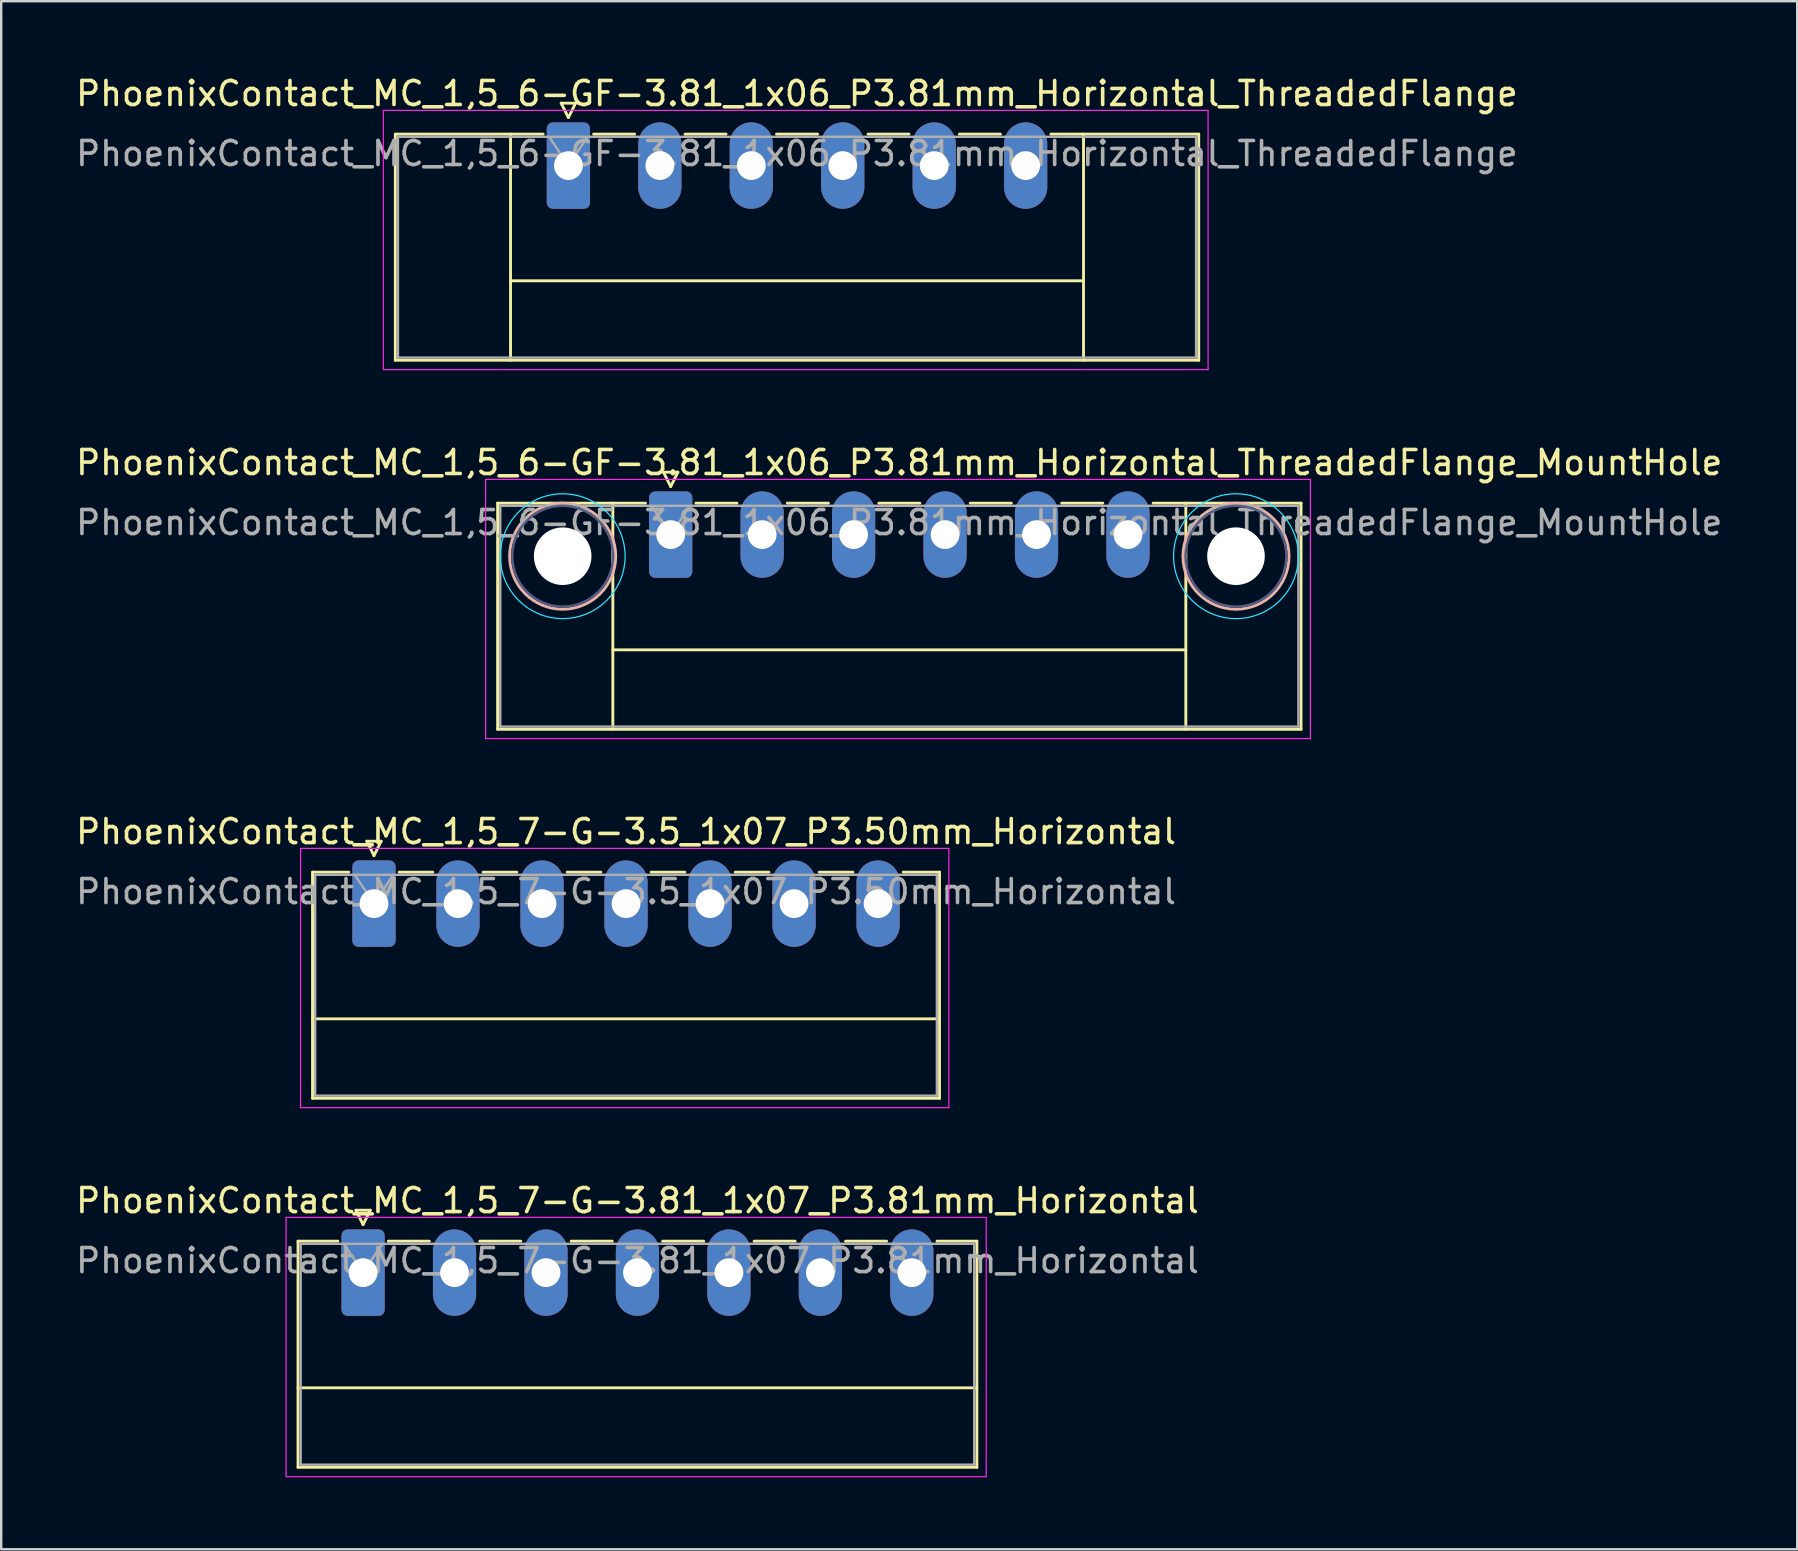
<source format=kicad_pcb>
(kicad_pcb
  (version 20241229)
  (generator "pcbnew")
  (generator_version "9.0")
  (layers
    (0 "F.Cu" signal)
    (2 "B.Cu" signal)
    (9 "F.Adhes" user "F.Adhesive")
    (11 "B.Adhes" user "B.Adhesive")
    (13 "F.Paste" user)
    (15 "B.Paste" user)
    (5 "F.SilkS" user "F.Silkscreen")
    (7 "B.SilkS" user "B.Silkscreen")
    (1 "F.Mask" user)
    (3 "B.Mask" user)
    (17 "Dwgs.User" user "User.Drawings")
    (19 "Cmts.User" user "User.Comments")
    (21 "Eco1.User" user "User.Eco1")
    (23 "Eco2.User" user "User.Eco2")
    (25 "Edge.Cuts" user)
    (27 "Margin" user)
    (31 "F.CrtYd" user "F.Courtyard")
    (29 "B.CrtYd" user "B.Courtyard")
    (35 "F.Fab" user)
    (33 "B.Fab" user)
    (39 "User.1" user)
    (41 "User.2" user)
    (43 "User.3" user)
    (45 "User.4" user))
  (footprint "PhoenixContact_MC_1,5_7-G-3.81_1x07_P3.81mm_Horizontal"
    (layer "F.Cu")
    (at 12.076 49.968)
    (property "Reference" "PhoenixContact_MC_1,5_7-G-3.81_1x07_P3.81mm_Horizontal" (at 11.43 -3 0) (layer "F.SilkS") (effects (font (size 1 1) (thickness 0.15))))
    (attr through_hole)
    (fp_line (start -2.71 -1.31) (end -2.71 8.11) (stroke (width 0.12) (type solid)) (layer "F.SilkS"))
    (fp_line (start -2.71 -1.31) (end -1.05 -1.31) (stroke (width 0.12) (type solid)) (layer "F.SilkS"))
    (fp_line (start -2.71 4.8) (end 25.57 4.8) (stroke (width 0.12) (type solid)) (layer "F.SilkS"))
    (fp_line (start -2.71 8.11) (end 25.57 8.11) (stroke (width 0.12) (type solid)) (layer "F.SilkS"))
    (fp_line (start -0.3 -2.6) (end 0.3 -2.6) (stroke (width 0.12) (type solid)) (layer "F.SilkS"))
    (fp_line (start 0 -2) (end -0.3 -2.6) (stroke (width 0.12) (type solid)) (layer "F.SilkS"))
    (fp_line (start 0.3 -2.6) (end 0 -2) (stroke (width 0.12) (type solid)) (layer "F.SilkS"))
    (fp_line (start 1.05 -1.31) (end 2.76 -1.31) (stroke (width 0.12) (type solid)) (layer "F.SilkS"))
    (fp_line (start 4.86 -1.31) (end 6.57 -1.31) (stroke (width 0.12) (type solid)) (layer "F.SilkS"))
    (fp_line (start 8.67 -1.31) (end 10.38 -1.31) (stroke (width 0.12) (type solid)) (layer "F.SilkS"))
    (fp_line (start 12.48 -1.31) (end 14.19 -1.31) (stroke (width 0.12) (type solid)) (layer "F.SilkS"))
    (fp_line (start 16.29 -1.31) (end 18 -1.31) (stroke (width 0.12) (type solid)) (layer "F.SilkS"))
    (fp_line (start 20.1 -1.31) (end 21.81 -1.31) (stroke (width 0.12) (type solid)) (layer "F.SilkS"))
    (fp_line (start 25.57 -1.31) (end 23.91 -1.31) (stroke (width 0.12) (type solid)) (layer "F.SilkS"))
    (fp_line (start 25.57 8.11) (end 25.57 -1.31) (stroke (width 0.12) (type solid)) (layer "F.SilkS"))
    (fp_line (start -3.21 -2.3) (end -3.21 8.5) (stroke (width 0.05) (type solid)) (layer "F.CrtYd"))
    (fp_line (start -3.21 8.5) (end 25.96 8.5) (stroke (width 0.05) (type solid)) (layer "F.CrtYd"))
    (fp_line (start 25.96 -2.3) (end -3.21 -2.3) (stroke (width 0.05) (type solid)) (layer "F.CrtYd"))
    (fp_line (start 25.96 8.5) (end 25.96 -2.3) (stroke (width 0.05) (type solid)) (layer "F.CrtYd"))
    (fp_line (start -2.6 -1.2) (end -2.6 8) (stroke (width 0.1) (type solid)) (layer "F.Fab"))
    (fp_line (start -2.6 8) (end 25.46 8) (stroke (width 0.1) (type solid)) (layer "F.Fab"))
    (fp_line (start 0 0) (end -0.8 -1.2) (stroke (width 0.1) (type solid)) (layer "F.Fab"))
    (fp_line (start 0.8 -1.2) (end 0 0) (stroke (width 0.1) (type solid)) (layer "F.Fab"))
    (fp_line (start 25.46 -1.2) (end -2.6 -1.2) (stroke (width 0.1) (type solid)) (layer "F.Fab"))
    (fp_line (start 25.46 8) (end 25.46 -1.2) (stroke (width 0.1) (type solid)) (layer "F.Fab"))
    (fp_text user "${REFERENCE}" (at 11.43 -0.5 0) (layer "F.Fab") (effects (font (size 1 1) (thickness 0.15))))
    (pad "1" thru_hole roundrect (at 0 0) (size 1.8 3.6) (drill 1.2) (layers "*.Cu" "*.Mask") (roundrect_rratio 0.139))
    (pad "2" thru_hole oval (at 3.81 0) (size 1.8 3.6) (drill 1.2) (layers "*.Cu" "*.Mask"))
    (pad "3" thru_hole oval (at 7.62 0) (size 1.8 3.6) (drill 1.2) (layers "*.Cu" "*.Mask"))
    (pad "4" thru_hole oval (at 11.43 0) (size 1.8 3.6) (drill 1.2) (layers "*.Cu" "*.Mask"))
    (pad "5" thru_hole oval (at 15.24 0) (size 1.8 3.6) (drill 1.2) (layers "*.Cu" "*.Mask"))
    (pad "6" thru_hole oval (at 19.05 0) (size 1.8 3.6) (drill 1.2) (layers "*.Cu" "*.Mask"))
    (pad "7" thru_hole oval (at 22.86 0) (size 1.8 3.6) (drill 1.2) (layers "*.Cu" "*.Mask")))
  (footprint "PhoenixContact_MC_1,5_7-G-3.5_1x07_P3.50mm_Horizontal"
    (layer "F.Cu")
    (at 12.53 34.595)
    (property "Reference" "PhoenixContact_MC_1,5_7-G-3.5_1x07_P3.50mm_Horizontal" (at 10.5 -3 0) (layer "F.SilkS") (effects (font (size 1 1) (thickness 0.15))))
    (attr through_hole)
    (fp_line (start -2.56 -1.31) (end -2.56 8.11) (stroke (width 0.12) (type solid)) (layer "F.SilkS"))
    (fp_line (start -2.56 -1.31) (end -1.05 -1.31) (stroke (width 0.12) (type solid)) (layer "F.SilkS"))
    (fp_line (start -2.56 4.8) (end 23.56 4.8) (stroke (width 0.12) (type solid)) (layer "F.SilkS"))
    (fp_line (start -2.56 8.11) (end 23.56 8.11) (stroke (width 0.12) (type solid)) (layer "F.SilkS"))
    (fp_line (start -0.3 -2.6) (end 0.3 -2.6) (stroke (width 0.12) (type solid)) (layer "F.SilkS"))
    (fp_line (start 0 -2) (end -0.3 -2.6) (stroke (width 0.12) (type solid)) (layer "F.SilkS"))
    (fp_line (start 0.3 -2.6) (end 0 -2) (stroke (width 0.12) (type solid)) (layer "F.SilkS"))
    (fp_line (start 1.05 -1.31) (end 2.45 -1.31) (stroke (width 0.12) (type solid)) (layer "F.SilkS"))
    (fp_line (start 4.55 -1.31) (end 5.95 -1.31) (stroke (width 0.12) (type solid)) (layer "F.SilkS"))
    (fp_line (start 8.05 -1.31) (end 9.45 -1.31) (stroke (width 0.12) (type solid)) (layer "F.SilkS"))
    (fp_line (start 11.55 -1.31) (end 12.95 -1.31) (stroke (width 0.12) (type solid)) (layer "F.SilkS"))
    (fp_line (start 15.05 -1.31) (end 16.45 -1.31) (stroke (width 0.12) (type solid)) (layer "F.SilkS"))
    (fp_line (start 18.55 -1.31) (end 19.95 -1.31) (stroke (width 0.12) (type solid)) (layer "F.SilkS"))
    (fp_line (start 23.56 -1.31) (end 22.05 -1.31) (stroke (width 0.12) (type solid)) (layer "F.SilkS"))
    (fp_line (start 23.56 8.11) (end 23.56 -1.31) (stroke (width 0.12) (type solid)) (layer "F.SilkS"))
    (fp_line (start -3.06 -2.3) (end -3.06 8.5) (stroke (width 0.05) (type solid)) (layer "F.CrtYd"))
    (fp_line (start -3.06 8.5) (end 23.95 8.5) (stroke (width 0.05) (type solid)) (layer "F.CrtYd"))
    (fp_line (start 23.95 -2.3) (end -3.06 -2.3) (stroke (width 0.05) (type solid)) (layer "F.CrtYd"))
    (fp_line (start 23.95 8.5) (end 23.95 -2.3) (stroke (width 0.05) (type solid)) (layer "F.CrtYd"))
    (fp_line (start -2.45 -1.2) (end -2.45 8) (stroke (width 0.1) (type solid)) (layer "F.Fab"))
    (fp_line (start -2.45 8) (end 23.45 8) (stroke (width 0.1) (type solid)) (layer "F.Fab"))
    (fp_line (start 0 0) (end -0.8 -1.2) (stroke (width 0.1) (type solid)) (layer "F.Fab"))
    (fp_line (start 0.8 -1.2) (end 0 0) (stroke (width 0.1) (type solid)) (layer "F.Fab"))
    (fp_line (start 23.45 -1.2) (end -2.45 -1.2) (stroke (width 0.1) (type solid)) (layer "F.Fab"))
    (fp_line (start 23.45 8) (end 23.45 -1.2) (stroke (width 0.1) (type solid)) (layer "F.Fab"))
    (fp_text user "${REFERENCE}" (at 10.5 -0.5 0) (layer "F.Fab") (effects (font (size 1 1) (thickness 0.15))))
    (pad "1" thru_hole roundrect (at 0 0) (size 1.8 3.6) (drill 1.2) (layers "*.Cu" "*.Mask") (roundrect_rratio 0.139))
    (pad "2" thru_hole oval (at 3.5 0) (size 1.8 3.6) (drill 1.2) (layers "*.Cu" "*.Mask"))
    (pad "3" thru_hole oval (at 7 0) (size 1.8 3.6) (drill 1.2) (layers "*.Cu" "*.Mask"))
    (pad "4" thru_hole oval (at 10.5 0) (size 1.8 3.6) (drill 1.2) (layers "*.Cu" "*.Mask"))
    (pad "5" thru_hole oval (at 14 0) (size 1.8 3.6) (drill 1.2) (layers "*.Cu" "*.Mask"))
    (pad "6" thru_hole oval (at 17.5 0) (size 1.8 3.6) (drill 1.2) (layers "*.Cu" "*.Mask"))
    (pad "7" thru_hole oval (at 21 0) (size 1.8 3.6) (drill 1.2) (layers "*.Cu" "*.Mask")))
  (footprint "PhoenixContact_MC_1,5_6-GF-3.81_1x06_P3.81mm_Horizontal_ThreadedFlange"
    (layer "F.Cu")
    (at 20.629 3.848)
    (property "Reference" "PhoenixContact_MC_1,5_6-GF-3.81_1x06_P3.81mm_Horizontal_ThreadedFlange" (at 9.52 -3 0) (layer "F.SilkS") (effects (font (size 1 1) (thickness 0.15))))
    (attr through_hole)
    (fp_line (start -7.21 -1.31) (end -7.21 8.11) (stroke (width 0.12) (type solid)) (layer "F.SilkS"))
    (fp_line (start -7.21 -1.31) (end -1.05 -1.31) (stroke (width 0.12) (type solid)) (layer "F.SilkS"))
    (fp_line (start -7.21 8.11) (end 26.26 8.11) (stroke (width 0.12) (type solid)) (layer "F.SilkS"))
    (fp_line (start -2.41 -1.31) (end -2.41 8.11) (stroke (width 0.12) (type solid)) (layer "F.SilkS"))
    (fp_line (start -2.41 4.8) (end 21.46 4.8) (stroke (width 0.12) (type solid)) (layer "F.SilkS"))
    (fp_line (start -0.3 -2.6) (end 0.3 -2.6) (stroke (width 0.12) (type solid)) (layer "F.SilkS"))
    (fp_line (start 0 -2) (end -0.3 -2.6) (stroke (width 0.12) (type solid)) (layer "F.SilkS"))
    (fp_line (start 0.3 -2.6) (end 0 -2) (stroke (width 0.12) (type solid)) (layer "F.SilkS"))
    (fp_line (start 1.05 -1.31) (end 2.76 -1.31) (stroke (width 0.12) (type solid)) (layer "F.SilkS"))
    (fp_line (start 4.86 -1.31) (end 6.57 -1.31) (stroke (width 0.12) (type solid)) (layer "F.SilkS"))
    (fp_line (start 8.67 -1.31) (end 10.38 -1.31) (stroke (width 0.12) (type solid)) (layer "F.SilkS"))
    (fp_line (start 12.48 -1.31) (end 14.19 -1.31) (stroke (width 0.12) (type solid)) (layer "F.SilkS"))
    (fp_line (start 16.29 -1.31) (end 18 -1.31) (stroke (width 0.12) (type solid)) (layer "F.SilkS"))
    (fp_line (start 21.46 -1.31) (end 21.46 8.11) (stroke (width 0.12) (type solid)) (layer "F.SilkS"))
    (fp_line (start 26.26 -1.31) (end 20.1 -1.31) (stroke (width 0.12) (type solid)) (layer "F.SilkS"))
    (fp_line (start 26.26 8.11) (end 26.26 -1.31) (stroke (width 0.12) (type solid)) (layer "F.SilkS"))
    (fp_line (start -7.71 -2.3) (end -7.71 8.5) (stroke (width 0.05) (type solid)) (layer "F.CrtYd"))
    (fp_line (start -7.71 8.5) (end 26.65 8.5) (stroke (width 0.05) (type solid)) (layer "F.CrtYd"))
    (fp_line (start 26.65 -2.3) (end -7.71 -2.3) (stroke (width 0.05) (type solid)) (layer "F.CrtYd"))
    (fp_line (start 26.65 8.5) (end 26.65 -2.3) (stroke (width 0.05) (type solid)) (layer "F.CrtYd"))
    (fp_line (start -7.1 -1.2) (end -7.1 8) (stroke (width 0.1) (type solid)) (layer "F.Fab"))
    (fp_line (start -7.1 8) (end 26.15 8) (stroke (width 0.1) (type solid)) (layer "F.Fab"))
    (fp_line (start 0 0) (end -0.8 -1.2) (stroke (width 0.1) (type solid)) (layer "F.Fab"))
    (fp_line (start 0.8 -1.2) (end 0 0) (stroke (width 0.1) (type solid)) (layer "F.Fab"))
    (fp_line (start 26.15 -1.2) (end -7.1 -1.2) (stroke (width 0.1) (type solid)) (layer "F.Fab"))
    (fp_line (start 26.15 8) (end 26.15 -1.2) (stroke (width 0.1) (type solid)) (layer "F.Fab"))
    (fp_text user "${REFERENCE}" (at 9.52 -0.5 0) (layer "F.Fab") (effects (font (size 1 1) (thickness 0.15))))
    (pad "1" thru_hole roundrect (at 0 0) (size 1.8 3.6) (drill 1.2) (layers "*.Cu" "*.Mask") (roundrect_rratio 0.139))
    (pad "2" thru_hole oval (at 3.81 0) (size 1.8 3.6) (drill 1.2) (layers "*.Cu" "*.Mask"))
    (pad "3" thru_hole oval (at 7.62 0) (size 1.8 3.6) (drill 1.2) (layers "*.Cu" "*.Mask"))
    (pad "4" thru_hole oval (at 11.43 0) (size 1.8 3.6) (drill 1.2) (layers "*.Cu" "*.Mask"))
    (pad "5" thru_hole oval (at 15.24 0) (size 1.8 3.6) (drill 1.2) (layers "*.Cu" "*.Mask"))
    (pad "6" thru_hole oval (at 19.05 0) (size 1.8 3.6) (drill 1.2) (layers "*.Cu" "*.Mask")))
  (footprint "PhoenixContact_MC_1,5_6-GF-3.81_1x06_P3.81mm_Horizontal_ThreadedFlange_MountHole"
    (layer "F.Cu")
    (at 24.891 19.221)
    (property "Reference" "PhoenixContact_MC_1,5_6-GF-3.81_1x06_P3.81mm_Horizontal_ThreadedFlange_MountHole" (at 9.52 -3 0) (layer "F.SilkS") (effects (font (size 1 1) (thickness 0.15))))
    (attr through_hole)
    (fp_line (start -7.21 -1.31) (end -7.21 8.11) (stroke (width 0.12) (type solid)) (layer "F.SilkS"))
    (fp_line (start -7.21 -1.31) (end -1.05 -1.31) (stroke (width 0.12) (type solid)) (layer "F.SilkS"))
    (fp_line (start -7.21 8.11) (end 26.26 8.11) (stroke (width 0.12) (type solid)) (layer "F.SilkS"))
    (fp_line (start -2.41 -1.31) (end -2.41 8.11) (stroke (width 0.12) (type solid)) (layer "F.SilkS"))
    (fp_line (start -2.41 4.8) (end 21.46 4.8) (stroke (width 0.12) (type solid)) (layer "F.SilkS"))
    (fp_line (start -0.3 -2.6) (end 0.3 -2.6) (stroke (width 0.12) (type solid)) (layer "F.SilkS"))
    (fp_line (start 0 -2) (end -0.3 -2.6) (stroke (width 0.12) (type solid)) (layer "F.SilkS"))
    (fp_line (start 0.3 -2.6) (end 0 -2) (stroke (width 0.12) (type solid)) (layer "F.SilkS"))
    (fp_line (start 1.05 -1.31) (end 2.76 -1.31) (stroke (width 0.12) (type solid)) (layer "F.SilkS"))
    (fp_line (start 4.86 -1.31) (end 6.57 -1.31) (stroke (width 0.12) (type solid)) (layer "F.SilkS"))
    (fp_line (start 8.67 -1.31) (end 10.38 -1.31) (stroke (width 0.12) (type solid)) (layer "F.SilkS"))
    (fp_line (start 12.48 -1.31) (end 14.19 -1.31) (stroke (width 0.12) (type solid)) (layer "F.SilkS"))
    (fp_line (start 16.29 -1.31) (end 18 -1.31) (stroke (width 0.12) (type solid)) (layer "F.SilkS"))
    (fp_line (start 21.46 -1.31) (end 21.46 8.11) (stroke (width 0.12) (type solid)) (layer "F.SilkS"))
    (fp_line (start 26.26 -1.31) (end 20.1 -1.31) (stroke (width 0.12) (type solid)) (layer "F.SilkS"))
    (fp_line (start 26.26 8.11) (end 26.26 -1.31) (stroke (width 0.12) (type solid)) (layer "F.SilkS"))
    (fp_circle (center -4.5 0.9) (end -2.29 0.9) (stroke (width 0.12) (type solid)) (fill no) (layer "B.SilkS"))
    (fp_circle (center 23.55 0.9) (end 25.76 0.9) (stroke (width 0.12) (type solid)) (fill no) (layer "B.SilkS"))
    (fp_circle (center -4.5 0.9) (end -1.9 0.9) (stroke (width 0.05) (type solid)) (fill no) (layer "B.CrtYd"))
    (fp_circle (center 23.55 0.9) (end 26.15 0.9) (stroke (width 0.05) (type solid)) (fill no) (layer "B.CrtYd"))
    (fp_line (start -7.71 -2.3) (end -7.71 8.5) (stroke (width 0.05) (type solid)) (layer "F.CrtYd"))
    (fp_line (start -7.71 8.5) (end 26.65 8.5) (stroke (width 0.05) (type solid)) (layer "F.CrtYd"))
    (fp_line (start 26.65 -2.3) (end -7.71 -2.3) (stroke (width 0.05) (type solid)) (layer "F.CrtYd"))
    (fp_line (start 26.65 8.5) (end 26.65 -2.3) (stroke (width 0.05) (type solid)) (layer "F.CrtYd"))
    (fp_circle (center -4.5 0.9) (end -2.4 0.9) (stroke (width 0.1) (type solid)) (fill no) (layer "B.Fab"))
    (fp_circle (center 23.55 0.9) (end 25.65 0.9) (stroke (width 0.1) (type solid)) (fill no) (layer "B.Fab"))
    (fp_line (start -7.1 -1.2) (end -7.1 8) (stroke (width 0.1) (type solid)) (layer "F.Fab"))
    (fp_line (start -7.1 8) (end 26.15 8) (stroke (width 0.1) (type solid)) (layer "F.Fab"))
    (fp_line (start 0 0) (end -0.8 -1.2) (stroke (width 0.1) (type solid)) (layer "F.Fab"))
    (fp_line (start 0.8 -1.2) (end 0 0) (stroke (width 0.1) (type solid)) (layer "F.Fab"))
    (fp_line (start 26.15 -1.2) (end -7.1 -1.2) (stroke (width 0.1) (type solid)) (layer "F.Fab"))
    (fp_line (start 26.15 8) (end 26.15 -1.2) (stroke (width 0.1) (type solid)) (layer "F.Fab"))
    (fp_text user "${REFERENCE}" (at 9.52 -0.5 0) (layer "F.Fab") (effects (font (size 1 1) (thickness 0.15))))
    (pad "" np_thru_hole circle (at -4.5 0.9) (size 2.4 2.4) (drill 2.4) (layers "*.Cu" "*.Mask"))
    (pad "" np_thru_hole circle (at 23.55 0.9) (size 2.4 2.4) (drill 2.4) (layers "*.Cu" "*.Mask"))
    (pad "1" thru_hole roundrect (at 0 0) (size 1.8 3.6) (drill 1.2) (layers "*.Cu" "*.Mask") (roundrect_rratio 0.139))
    (pad "2" thru_hole oval (at 3.81 0) (size 1.8 3.6) (drill 1.2) (layers "*.Cu" "*.Mask"))
    (pad "3" thru_hole oval (at 7.62 0) (size 1.8 3.6) (drill 1.2) (layers "*.Cu" "*.Mask"))
    (pad "4" thru_hole oval (at 11.43 0) (size 1.8 3.6) (drill 1.2) (layers "*.Cu" "*.Mask"))
    (pad "5" thru_hole oval (at 15.24 0) (size 1.8 3.6) (drill 1.2) (layers "*.Cu" "*.Mask"))
    (pad "6" thru_hole oval (at 19.05 0) (size 1.8 3.6) (drill 1.2) (layers "*.Cu" "*.Mask")))
  (gr_rect
    (start -3 -3)
    (end 71.821 61.493)
    (stroke (width 0.1) (type default))
    (fill no)
    (layer "Edge.Cuts")))
</source>
